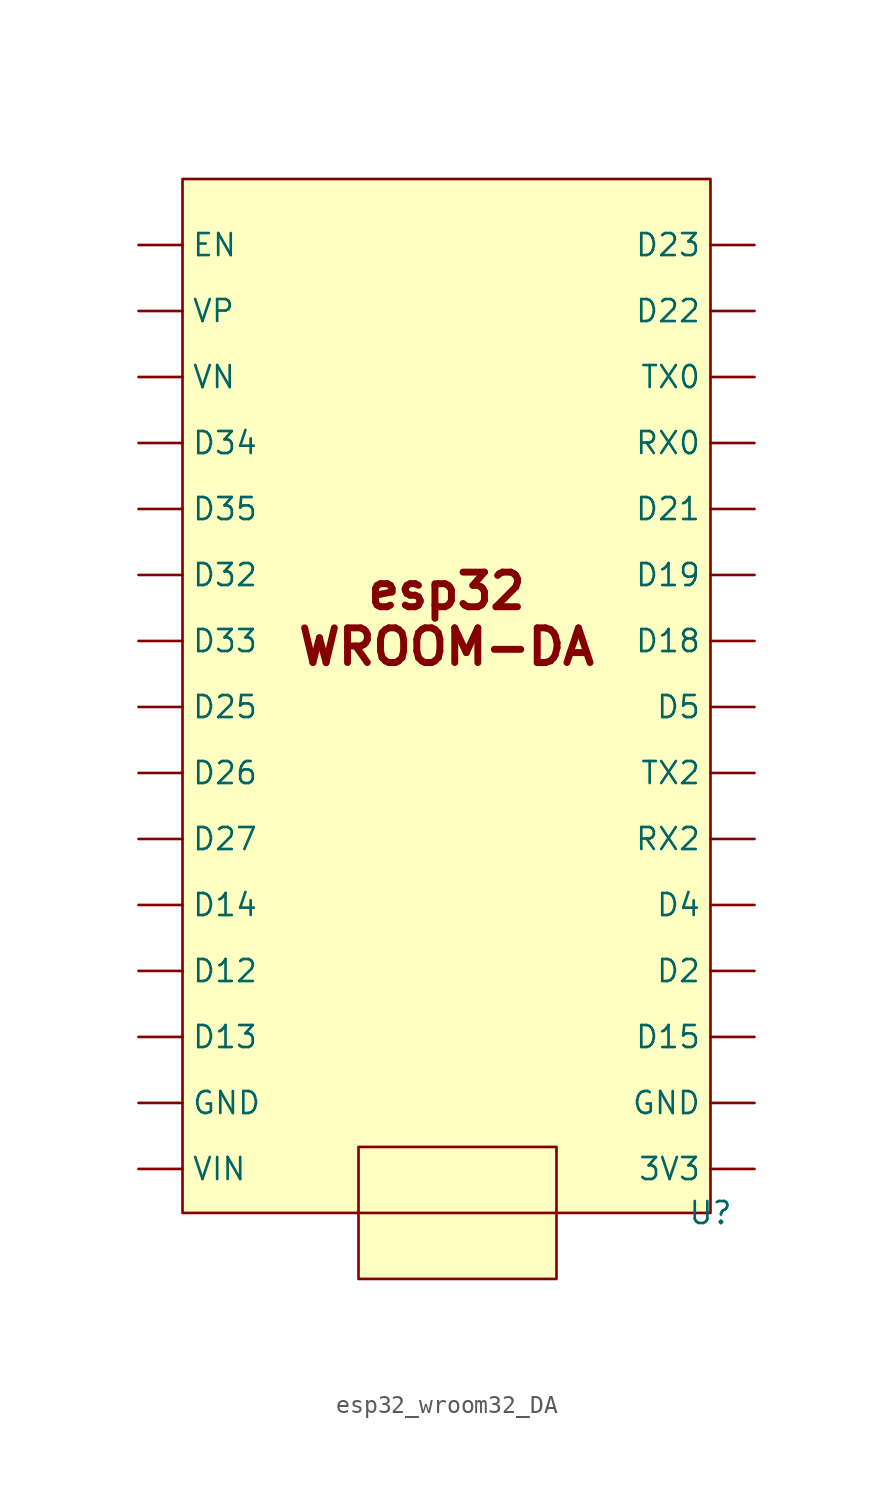
<source format=kicad_sym>
(kicad_symbol_lib
  (version 20220914)
  (generator kicad_symbol_editor)
  (symbol "esp32_wroom32_DA"
    (property "Reference" "U"
      (at 30.48 -58.42 0)
      (effects (font (size 1.27 1.27))))
    (property "Value" ""
      (at 30.48 -58.42 0)
      (effects (font (size 1.27 1.27))))
    (symbol "esp32_wroom32_DA_1_1"
      (rectangle (start 0 1.27) (end 30.48 -58.42) (stroke (width 0) (type default)) (fill (type background)))
      (rectangle (start 10.16 -54.61) (end 21.59 -62.23) (stroke (width 0) (type default)) (fill (type background)))
      (text "esp32\nWROOM-DA\n" (at 15.24 -24.13 0) (effects (font (size 2 2) bold)))
      (pin input line (at 33.02 -55.88 180) (length 2.54) (name "3V3" (effects (font (size 1.27 1.27)))) (number "" (effects (font (size 1.27 1.27)))))
      (pin input line (at -2.54 -44.45 0) (length 2.54) (name "D12" (effects (font (size 1.27 1.27)))) (number "" (effects (font (size 1.27 1.27)))))
      (pin input line (at -2.54 -48.26 0) (length 2.54) (name "D13" (effects (font (size 1.27 1.27)))) (number "" (effects (font (size 1.27 1.27)))))
      (pin input line (at -2.54 -40.64 0) (length 2.54) (name "D14" (effects (font (size 1.27 1.27)))) (number "" (effects (font (size 1.27 1.27)))))
      (pin input line (at 33.02 -48.26 180) (length 2.54) (name "D15" (effects (font (size 1.27 1.27)))) (number "" (effects (font (size 1.27 1.27)))))
      (pin input line (at 33.02 -25.4 180) (length 2.54) (name "D18" (effects (font (size 1.27 1.27)))) (number "" (effects (font (size 1.27 1.27)))))
      (pin input line (at 33.02 -21.59 180) (length 2.54) (name "D19" (effects (font (size 1.27 1.27)))) (number "" (effects (font (size 1.27 1.27)))))
      (pin input line (at 33.02 -44.45 180) (length 2.54) (name "D2" (effects (font (size 1.27 1.27)))) (number "" (effects (font (size 1.27 1.27)))))
      (pin input line (at 33.02 -17.78 180) (length 2.54) (name "D21" (effects (font (size 1.27 1.27)))) (number "" (effects (font (size 1.27 1.27)))))
      (pin input line (at 33.02 -6.35 180) (length 2.54) (name "D22" (effects (font (size 1.27 1.27)))) (number "" (effects (font (size 1.27 1.27)))))
      (pin input line (at 33.02 -2.54 180) (length 2.54) (name "D23" (effects (font (size 1.27 1.27)))) (number "" (effects (font (size 1.27 1.27)))))
      (pin input line (at -2.54 -29.21 0) (length 2.54) (name "D25" (effects (font (size 1.27 1.27)))) (number "" (effects (font (size 1.27 1.27)))))
      (pin input line (at -2.54 -33.02 0) (length 2.54) (name "D26" (effects (font (size 1.27 1.27)))) (number "" (effects (font (size 1.27 1.27)))))
      (pin input line (at -2.54 -36.83 0) (length 2.54) (name "D27" (effects (font (size 1.27 1.27)))) (number "" (effects (font (size 1.27 1.27)))))
      (pin input line (at -2.54 -21.59 0) (length 2.54) (name "D32" (effects (font (size 1.27 1.27)))) (number "" (effects (font (size 1.27 1.27)))))
      (pin input line (at -2.54 -25.4 0) (length 2.54) (name "D33" (effects (font (size 1.27 1.27)))) (number "" (effects (font (size 1.27 1.27)))))
      (pin input line (at -2.54 -13.97 0) (length 2.54) (name "D34" (effects (font (size 1.27 1.27)))) (number "" (effects (font (size 1.27 1.27)))))
      (pin input line (at -2.54 -17.78 0) (length 2.54) (name "D35" (effects (font (size 1.27 1.27)))) (number "" (effects (font (size 1.27 1.27)))))
      (pin input line (at 33.02 -40.64 180) (length 2.54) (name "D4" (effects (font (size 1.27 1.27)))) (number "" (effects (font (size 1.27 1.27)))))
      (pin input line (at 33.02 -29.21 180) (length 2.54) (name "D5" (effects (font (size 1.27 1.27)))) (number "" (effects (font (size 1.27 1.27)))))
      (pin input line (at -2.54 -2.54 0) (length 2.54) (name "EN" (effects (font (size 1.27 1.27)))) (number "" (effects (font (size 1.27 1.27)))))
      (pin input line (at -2.54 -52.07 0) (length 2.54) (name "GND" (effects (font (size 1.27 1.27)))) (number "" (effects (font (size 1.27 1.27)))))
      (pin input line (at 33.02 -52.07 180) (length 2.54) (name "GND" (effects (font (size 1.27 1.27)))) (number "" (effects (font (size 1.27 1.27)))))
      (pin input line (at 33.02 -13.97 180) (length 2.54) (name "RX0" (effects (font (size 1.27 1.27)))) (number "" (effects (font (size 1.27 1.27)))))
      (pin input line (at 33.02 -36.83 180) (length 2.54) (name "RX2" (effects (font (size 1.27 1.27)))) (number "" (effects (font (size 1.27 1.27)))))
      (pin input line (at 33.02 -10.16 180) (length 2.54) (name "TX0" (effects (font (size 1.27 1.27)))) (number "" (effects (font (size 1.27 1.27)))))
      (pin input line (at 33.02 -33.02 180) (length 2.54) (name "TX2" (effects (font (size 1.27 1.27)))) (number "" (effects (font (size 1.27 1.27)))))
      (pin input line (at -2.54 -55.88 0) (length 2.54) (name "VIN" (effects (font (size 1.27 1.27)))) (number "" (effects (font (size 1.27 1.27)))))
      (pin input line (at -2.54 -10.16 0) (length 2.54) (name "VN" (effects (font (size 1.27 1.27)))) (number "" (effects (font (size 1.27 1.27)))))
      (pin input line (at -2.54 -6.35 0) (length 2.54) (name "VP" (effects (font (size 1.27 1.27)))) (number "" (effects (font (size 1.27 1.27))))))))
</source>
